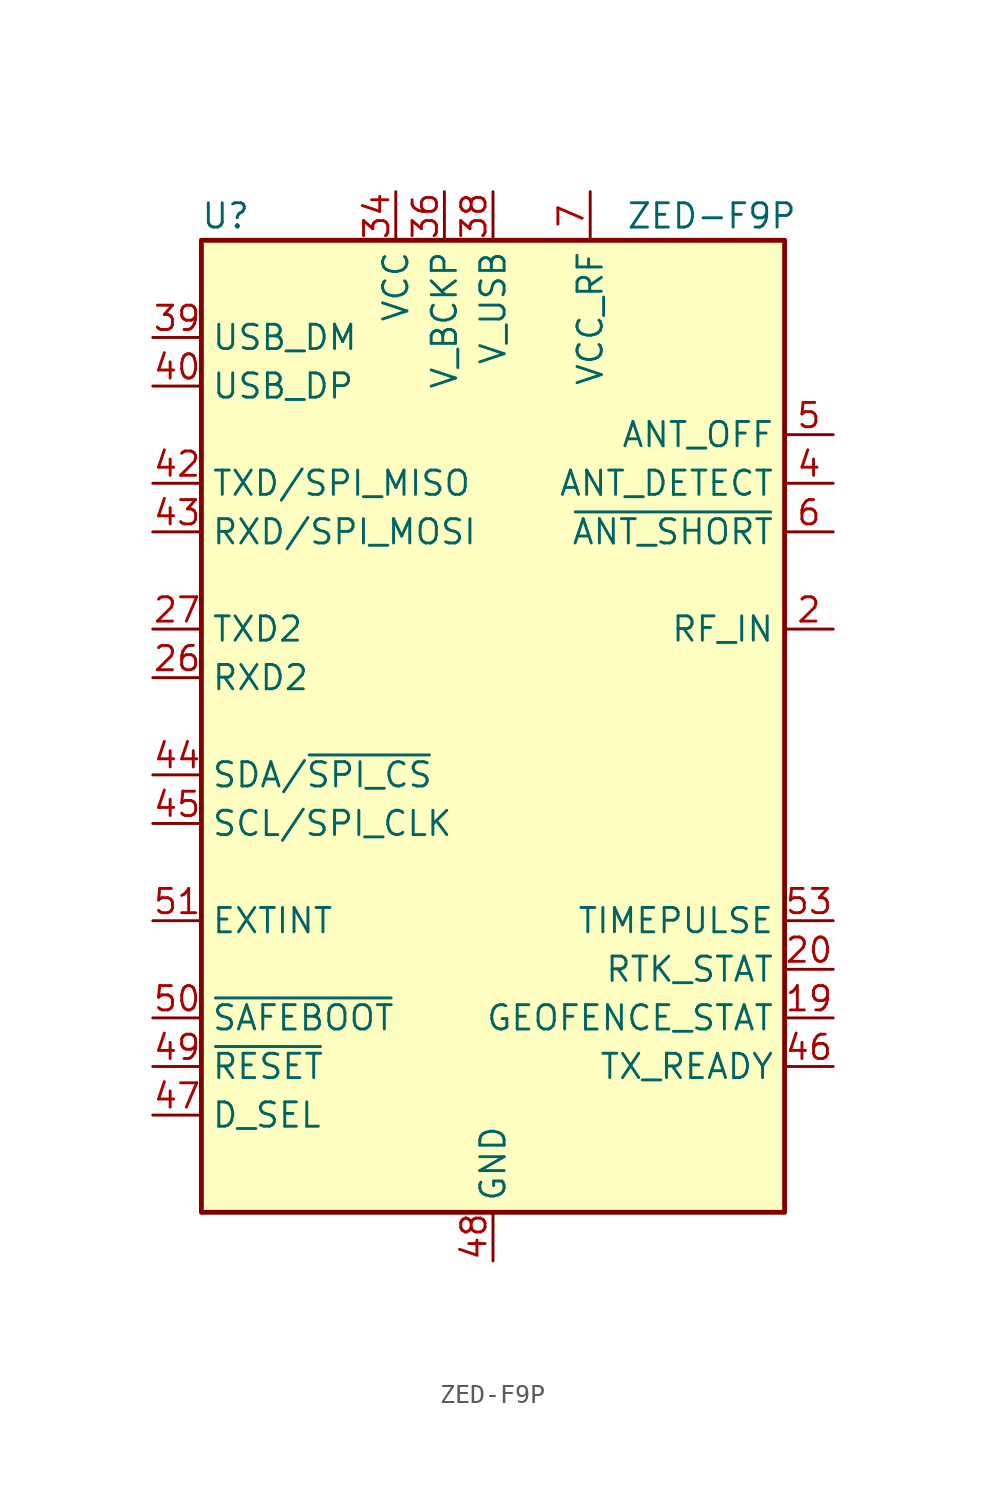
<source format=kicad_sym>
(kicad_symbol_lib
  (version 20201005)
  (generator kicad_symbol_editor)
  (symbol "RF_GPS:ZED-F9P"
    (property "Reference" "U"
      (at -13.97 26.67 0)
      (effects (font (size 1.27 1.27))))
    (property "Value" "ZED-F9P"
      (at 11.43 26.67 0)
      (effects (font (size 1.27 1.27))))
    (symbol "ZED-F9P_0_1"
      (rectangle (start -15.24 25.4) (end 15.24 -25.4) (stroke (width 0.254)) (fill (type background))))
    (symbol "ZED-F9P_1_1"
      (pin passive line (at 0 -27.94 90) (length 2.54) hide (name "GND" (effects (font (size 1.27 1.27)))) (number "1" (effects (font (size 1.27 1.27)))))
      (pin no_connect line (at -15.24 7.62 0) (length 2.54) hide (name "Reserved" (effects (font (size 1.27 1.27)))) (number "10" (effects (font (size 1.27 1.27)))))
      (pin no_connect line (at -15.24 0 0) (length 2.54) hide (name "Reserved" (effects (font (size 1.27 1.27)))) (number "11" (effects (font (size 1.27 1.27)))))
      (pin passive line (at 0 -27.94 90) (length 2.54) hide (name "GND" (effects (font (size 1.27 1.27)))) (number "12" (effects (font (size 1.27 1.27)))))
      (pin no_connect line (at -15.24 -7.62 0) (length 2.54) hide (name "Reserved" (effects (font (size 1.27 1.27)))) (number "13" (effects (font (size 1.27 1.27)))))
      (pin passive line (at 0 -27.94 90) (length 2.54) hide (name "GND" (effects (font (size 1.27 1.27)))) (number "14" (effects (font (size 1.27 1.27)))))
      (pin no_connect line (at -15.24 -12.7 0) (length 2.54) hide (name "Reserved" (effects (font (size 1.27 1.27)))) (number "15" (effects (font (size 1.27 1.27)))))
      (pin no_connect line (at -7.62 -25.4 90) (length 2.54) hide (name "Reserved" (effects (font (size 1.27 1.27)))) (number "16" (effects (font (size 1.27 1.27)))))
      (pin no_connect line (at -5.08 -25.4 90) (length 2.54) hide (name "Reserved" (effects (font (size 1.27 1.27)))) (number "17" (effects (font (size 1.27 1.27)))))
      (pin no_connect line (at -2.54 -25.4 90) (length 2.54) hide (name "Reserved" (effects (font (size 1.27 1.27)))) (number "18" (effects (font (size 1.27 1.27)))))
      (pin output line (at 17.78 -15.24 180) (length 2.54) (name "GEOFENCE_STAT" (effects (font (size 1.27 1.27)))) (number "19" (effects (font (size 1.27 1.27)))))
      (pin input line (at 17.78 5.08 180) (length 2.54) (name "RF_IN" (effects (font (size 1.27 1.27)))) (number "2" (effects (font (size 1.27 1.27)))))
      (pin output line (at 17.78 -12.7 180) (length 2.54) (name "RTK_STAT" (effects (font (size 1.27 1.27)))) (number "20" (effects (font (size 1.27 1.27)))))
      (pin no_connect line (at 2.54 -25.4 90) (length 2.54) hide (name "Reserved" (effects (font (size 1.27 1.27)))) (number "21" (effects (font (size 1.27 1.27)))))
      (pin no_connect line (at 5.08 -25.4 90) (length 2.54) hide (name "Reserved" (effects (font (size 1.27 1.27)))) (number "22" (effects (font (size 1.27 1.27)))))
      (pin no_connect line (at 7.62 -25.4 90) (length 2.54) hide (name "Reserved" (effects (font (size 1.27 1.27)))) (number "23" (effects (font (size 1.27 1.27)))))
      (pin no_connect line (at 15.24 -7.62 180) (length 2.54) hide (name "Reserved" (effects (font (size 1.27 1.27)))) (number "24" (effects (font (size 1.27 1.27)))))
      (pin no_connect line (at 15.24 -5.08 180) (length 2.54) hide (name "Reserved" (effects (font (size 1.27 1.27)))) (number "25" (effects (font (size 1.27 1.27)))))
      (pin input line (at -17.78 2.54 0) (length 2.54) (name "RXD2" (effects (font (size 1.27 1.27)))) (number "26" (effects (font (size 1.27 1.27)))))
      (pin output line (at -17.78 5.08 0) (length 2.54) (name "TXD2" (effects (font (size 1.27 1.27)))) (number "27" (effects (font (size 1.27 1.27)))))
      (pin no_connect line (at 15.24 -2.54 180) (length 2.54) hide (name "Reserved" (effects (font (size 1.27 1.27)))) (number "28" (effects (font (size 1.27 1.27)))))
      (pin no_connect line (at 15.24 0 180) (length 2.54) hide (name "Reserved" (effects (font (size 1.27 1.27)))) (number "29" (effects (font (size 1.27 1.27)))))
      (pin passive line (at 0 -27.94 90) (length 2.54) hide (name "GND" (effects (font (size 1.27 1.27)))) (number "3" (effects (font (size 1.27 1.27)))))
      (pin no_connect line (at 15.24 2.54 180) (length 2.54) hide (name "Reserved" (effects (font (size 1.27 1.27)))) (number "30" (effects (font (size 1.27 1.27)))))
      (pin no_connect line (at 15.24 7.62 180) (length 2.54) hide (name "Reserved" (effects (font (size 1.27 1.27)))) (number "31" (effects (font (size 1.27 1.27)))))
      (pin passive line (at 0 -27.94 90) (length 2.54) hide (name "GND" (effects (font (size 1.27 1.27)))) (number "32" (effects (font (size 1.27 1.27)))))
      (pin passive line (at -5.08 27.94 270) (length 2.54) hide (name "VCC" (effects (font (size 1.27 1.27)))) (number "33" (effects (font (size 1.27 1.27)))))
      (pin power_in line (at -5.08 27.94 270) (length 2.54) (name "VCC" (effects (font (size 1.27 1.27)))) (number "34" (effects (font (size 1.27 1.27)))))
      (pin no_connect line (at 15.24 17.78 180) (length 2.54) hide (name "Reserved" (effects (font (size 1.27 1.27)))) (number "35" (effects (font (size 1.27 1.27)))))
      (pin power_in line (at -2.54 27.94 270) (length 2.54) (name "V_BCKP" (effects (font (size 1.27 1.27)))) (number "36" (effects (font (size 1.27 1.27)))))
      (pin passive line (at 0 -27.94 90) (length 2.54) hide (name "GND" (effects (font (size 1.27 1.27)))) (number "37" (effects (font (size 1.27 1.27)))))
      (pin power_in line (at 0 27.94 270) (length 2.54) (name "V_USB" (effects (font (size 1.27 1.27)))) (number "38" (effects (font (size 1.27 1.27)))))
      (pin bidirectional line (at -17.78 20.32 0) (length 2.54) (name "USB_DM" (effects (font (size 1.27 1.27)))) (number "39" (effects (font (size 1.27 1.27)))))
      (pin input line (at 17.78 12.7 180) (length 2.54) (name "ANT_DETECT" (effects (font (size 1.27 1.27)))) (number "4" (effects (font (size 1.27 1.27)))))
      (pin bidirectional line (at -17.78 17.78 0) (length 2.54) (name "USB_DP" (effects (font (size 1.27 1.27)))) (number "40" (effects (font (size 1.27 1.27)))))
      (pin passive line (at 0 -27.94 90) (length 2.54) hide (name "GND" (effects (font (size 1.27 1.27)))) (number "41" (effects (font (size 1.27 1.27)))))
      (pin output line (at -17.78 12.7 0) (length 2.54) (name "TXD/SPI_MISO" (effects (font (size 1.27 1.27)))) (number "42" (effects (font (size 1.27 1.27)))))
      (pin input line (at -17.78 10.16 0) (length 2.54) (name "RXD/SPI_MOSI" (effects (font (size 1.27 1.27)))) (number "43" (effects (font (size 1.27 1.27)))))
      (pin bidirectional line (at -17.78 -2.54 0) (length 2.54) (name "SDA/~SPI_CS" (effects (font (size 1.27 1.27)))) (number "44" (effects (font (size 1.27 1.27)))))
      (pin bidirectional line (at -17.78 -5.08 0) (length 2.54) (name "SCL/SPI_CLK" (effects (font (size 1.27 1.27)))) (number "45" (effects (font (size 1.27 1.27)))))
      (pin output line (at 17.78 -17.78 180) (length 2.54) (name "TX_READY" (effects (font (size 1.27 1.27)))) (number "46" (effects (font (size 1.27 1.27)))))
      (pin input line (at -17.78 -20.32 0) (length 2.54) (name "D_SEL" (effects (font (size 1.27 1.27)))) (number "47" (effects (font (size 1.27 1.27)))))
      (pin power_in line (at 0 -27.94 90) (length 2.54) (name "GND" (effects (font (size 1.27 1.27)))) (number "48" (effects (font (size 1.27 1.27)))))
      (pin input line (at -17.78 -17.78 0) (length 2.54) (name "~RESET" (effects (font (size 1.27 1.27)))) (number "49" (effects (font (size 1.27 1.27)))))
      (pin output line (at 17.78 15.24 180) (length 2.54) (name "ANT_OFF" (effects (font (size 1.27 1.27)))) (number "5" (effects (font (size 1.27 1.27)))))
      (pin input line (at -17.78 -15.24 0) (length 2.54) (name "~SAFEBOOT" (effects (font (size 1.27 1.27)))) (number "50" (effects (font (size 1.27 1.27)))))
      (pin input line (at -17.78 -10.16 0) (length 2.54) (name "EXTINT" (effects (font (size 1.27 1.27)))) (number "51" (effects (font (size 1.27 1.27)))))
      (pin no_connect line (at 15.24 20.32 180) (length 2.54) hide (name "Reserved" (effects (font (size 1.27 1.27)))) (number "52" (effects (font (size 1.27 1.27)))))
      (pin output line (at 17.78 -10.16 180) (length 2.54) (name "TIMEPULSE" (effects (font (size 1.27 1.27)))) (number "53" (effects (font (size 1.27 1.27)))))
      (pin no_connect line (at 15.24 22.86 180) (length 2.54) hide (name "Reserved" (effects (font (size 1.27 1.27)))) (number "54" (effects (font (size 1.27 1.27)))))
      (pin passive line (at 0 -27.94 90) (length 2.54) hide (name "GND" (effects (font (size 1.27 1.27)))) (number "55" (effects (font (size 1.27 1.27)))))
      (pin input line (at 17.78 10.16 180) (length 2.54) (name "~ANT_SHORT" (effects (font (size 1.27 1.27)))) (number "6" (effects (font (size 1.27 1.27)))))
      (pin power_out line (at 5.08 27.94 270) (length 2.54) (name "VCC_RF" (effects (font (size 1.27 1.27)))) (number "7" (effects (font (size 1.27 1.27)))))
      (pin no_connect line (at -15.24 22.86 0) (length 2.54) hide (name "Reserved" (effects (font (size 1.27 1.27)))) (number "8" (effects (font (size 1.27 1.27)))))
      (pin no_connect line (at -15.24 15.24 0) (length 2.54) hide (name "Reserved" (effects (font (size 1.27 1.27)))) (number "9" (effects (font (size 1.27 1.27))))))))
</source>
